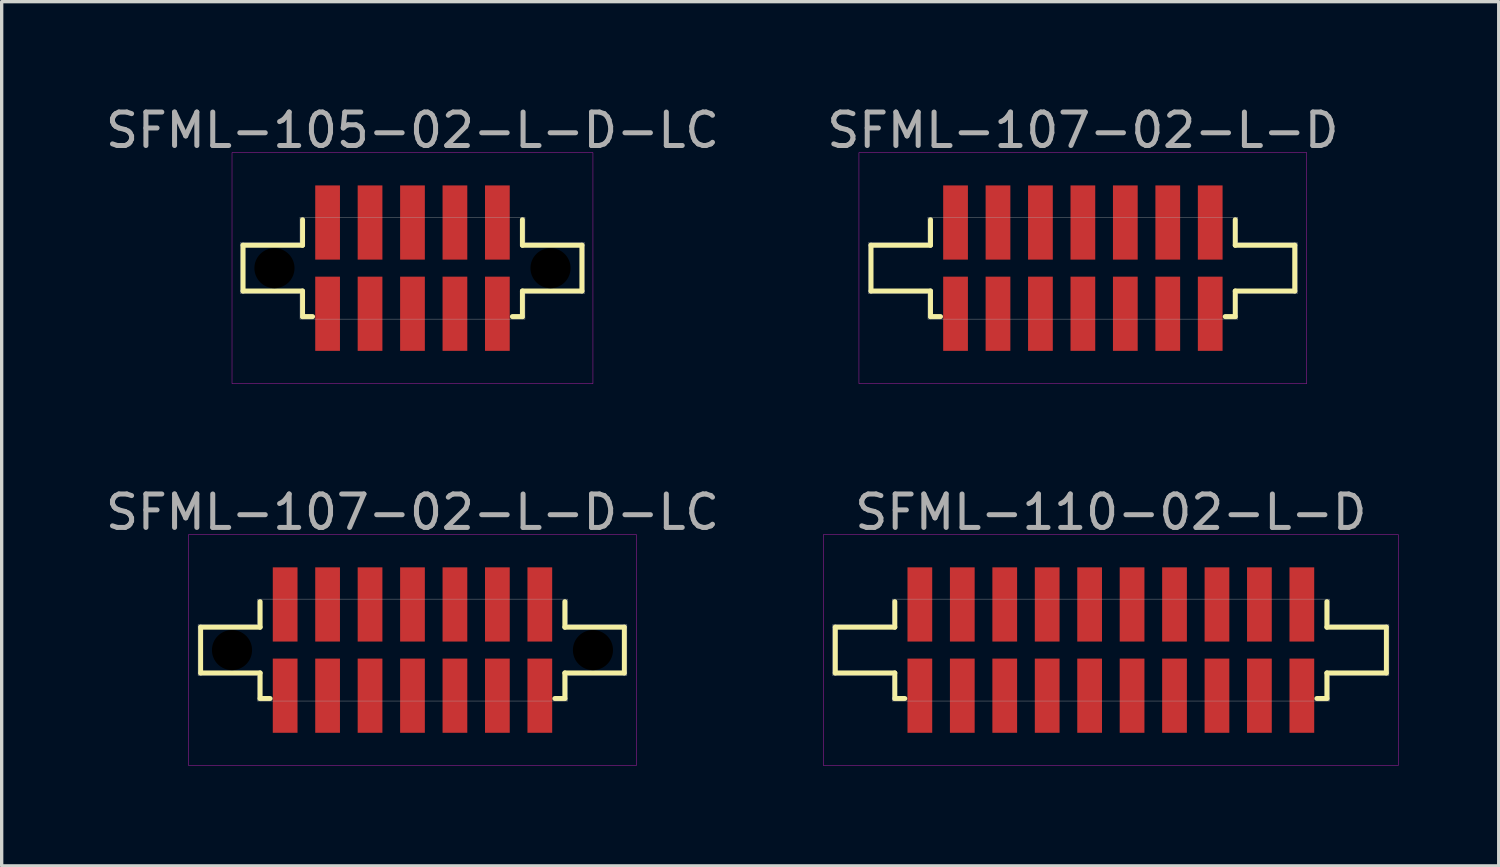
<source format=kicad_pcb>
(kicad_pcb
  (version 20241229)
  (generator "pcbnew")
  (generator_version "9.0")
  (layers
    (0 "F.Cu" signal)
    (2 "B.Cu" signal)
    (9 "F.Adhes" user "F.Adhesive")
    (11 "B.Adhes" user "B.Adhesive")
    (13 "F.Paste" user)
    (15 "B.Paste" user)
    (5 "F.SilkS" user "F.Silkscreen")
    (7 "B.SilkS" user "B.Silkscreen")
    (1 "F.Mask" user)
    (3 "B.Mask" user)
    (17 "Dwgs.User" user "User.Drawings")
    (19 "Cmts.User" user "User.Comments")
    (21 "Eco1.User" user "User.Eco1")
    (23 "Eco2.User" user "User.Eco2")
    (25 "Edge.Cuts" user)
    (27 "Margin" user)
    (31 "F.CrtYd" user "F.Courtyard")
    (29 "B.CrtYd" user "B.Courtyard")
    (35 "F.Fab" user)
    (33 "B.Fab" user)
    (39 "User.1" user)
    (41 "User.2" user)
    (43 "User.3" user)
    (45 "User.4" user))
  (footprint "SFML-107-02-L-D"
    (layer "F.Cu")
    (at 29.351 4.973)
    (property "Reference" "SFML-107-02-L-D" (at 0 -4.125 0) (layer "F.Fab") (effects (font (size 1 1) (thickness 0.15))))
    (attr through_hole)
    (fp_line (start -6.34 -0.685) (end -4.56 -0.685) (stroke (width 0.15) (type solid)) (layer "F.SilkS"))
    (fp_line (start -6.34 0.685) (end -6.34 -0.685) (stroke (width 0.15) (type solid)) (layer "F.SilkS"))
    (fp_line (start -4.56 -0.685) (end -4.56 -1.45) (stroke (width 0.15) (type solid)) (layer "F.SilkS"))
    (fp_line (start -4.56 0.685) (end -6.34 0.685) (stroke (width 0.15) (type solid)) (layer "F.SilkS"))
    (fp_line (start -4.56 1.45) (end -4.56 0.685) (stroke (width 0.15) (type solid)) (layer "F.SilkS"))
    (fp_line (start -4.26 1.45) (end -4.56 1.45) (stroke (width 0.15) (type solid)) (layer "F.SilkS"))
    (fp_line (start 4.56 -1.45) (end 4.56 -0.685) (stroke (width 0.15) (type solid)) (layer "F.SilkS"))
    (fp_line (start 4.56 -0.685) (end 6.34 -0.685) (stroke (width 0.15) (type solid)) (layer "F.SilkS"))
    (fp_line (start 4.56 0.685) (end 4.56 1.45) (stroke (width 0.15) (type solid)) (layer "F.SilkS"))
    (fp_line (start 4.56 1.45) (end 4.26 1.45) (stroke (width 0.15) (type solid)) (layer "F.SilkS"))
    (fp_line (start 6.34 -0.685) (end 6.34 0.685) (stroke (width 0.15) (type solid)) (layer "F.SilkS"))
    (fp_line (start 6.34 0.685) (end 4.56 0.685) (stroke (width 0.15) (type solid)) (layer "F.SilkS"))
    (fp_line (start -6.7 -3.45) (end 6.7 -3.45) (stroke (width 0.01) (type solid)) (layer "F.CrtYd"))
    (fp_line (start -6.7 3.45) (end -6.7 -3.45) (stroke (width 0.01) (type solid)) (layer "F.CrtYd"))
    (fp_line (start 6.7 -3.45) (end 6.7 3.45) (stroke (width 0.01) (type solid)) (layer "F.CrtYd"))
    (fp_line (start 6.7 3.45) (end -6.7 3.45) (stroke (width 0.01) (type solid)) (layer "F.CrtYd"))
    (fp_line (start -6.415 -0.76) (end -4.635 -0.76) (stroke (width 0.01) (type solid)) (layer "F.Fab"))
    (fp_line (start -6.415 0.76) (end -6.415 -0.76) (stroke (width 0.01) (type solid)) (layer "F.Fab"))
    (fp_line (start -4.635 -1.525) (end 4.635 -1.525) (stroke (width 0.01) (type solid)) (layer "F.Fab"))
    (fp_line (start -4.635 -0.76) (end -4.635 -1.525) (stroke (width 0.01) (type solid)) (layer "F.Fab"))
    (fp_line (start -4.635 0.76) (end -6.415 0.76) (stroke (width 0.01) (type solid)) (layer "F.Fab"))
    (fp_line (start -4.635 1.525) (end -4.635 0.76) (stroke (width 0.01) (type solid)) (layer "F.Fab"))
    (fp_line (start 4.635 -1.525) (end 4.635 -0.76) (stroke (width 0.01) (type solid)) (layer "F.Fab"))
    (fp_line (start 4.635 -0.76) (end 6.415 -0.76) (stroke (width 0.01) (type solid)) (layer "F.Fab"))
    (fp_line (start 4.635 0.76) (end 4.635 1.525) (stroke (width 0.01) (type solid)) (layer "F.Fab"))
    (fp_line (start 4.635 1.525) (end -4.635 1.525) (stroke (width 0.01) (type solid)) (layer "F.Fab"))
    (fp_line (start 6.415 -0.76) (end 6.415 0.76) (stroke (width 0.01) (type solid)) (layer "F.Fab"))
    (fp_line (start 6.415 0.76) (end 4.635 0.76) (stroke (width 0.01) (type solid)) (layer "F.Fab"))
    (pad "1" smd rect (at -3.81 -1.365) (size 0.74 2.22) (layers "F.Cu" "F.Mask" "F.Paste"))
    (pad "2" smd rect (at -3.81 1.365) (size 0.74 2.22) (layers "F.Cu" "F.Mask" "F.Paste"))
    (pad "3" smd rect (at -2.54 -1.365) (size 0.74 2.22) (layers "F.Cu" "F.Mask" "F.Paste"))
    (pad "4" smd rect (at -2.54 1.365) (size 0.74 2.22) (layers "F.Cu" "F.Mask" "F.Paste"))
    (pad "5" smd rect (at -1.27 -1.365) (size 0.74 2.22) (layers "F.Cu" "F.Mask" "F.Paste"))
    (pad "6" smd rect (at -1.27 1.365) (size 0.74 2.22) (layers "F.Cu" "F.Mask" "F.Paste"))
    (pad "7" smd rect (at 0 -1.365) (size 0.74 2.22) (layers "F.Cu" "F.Mask" "F.Paste"))
    (pad "8" smd rect (at 0 1.365) (size 0.74 2.22) (layers "F.Cu" "F.Mask" "F.Paste"))
    (pad "9" smd rect (at 1.27 -1.365) (size 0.74 2.22) (layers "F.Cu" "F.Mask" "F.Paste"))
    (pad "10" smd rect (at 1.27 1.365) (size 0.74 2.22) (layers "F.Cu" "F.Mask" "F.Paste"))
    (pad "11" smd rect (at 2.54 -1.365) (size 0.74 2.22) (layers "F.Cu" "F.Mask" "F.Paste"))
    (pad "12" smd rect (at 2.54 1.365) (size 0.74 2.22) (layers "F.Cu" "F.Mask" "F.Paste"))
    (pad "13" smd rect (at 3.81 -1.365) (size 0.74 2.22) (layers "F.Cu" "F.Mask" "F.Paste"))
    (pad "14" smd rect (at 3.81 1.365) (size 0.74 2.22) (layers "F.Cu" "F.Mask" "F.Paste")))
  (footprint "SFML-107-02-L-D-LC"
    (layer "F.Cu")
    (at 9.292 16.401)
    (property "Reference" "SFML-107-02-L-D-LC" (at 0 -4.125 0) (layer "F.Fab") (effects (font (size 1 1) (thickness 0.15))))
    (attr through_hole)
    (fp_line (start -6.34 -0.685) (end -4.56 -0.685) (stroke (width 0.15) (type solid)) (layer "F.SilkS"))
    (fp_line (start -6.34 0.685) (end -6.34 -0.685) (stroke (width 0.15) (type solid)) (layer "F.SilkS"))
    (fp_line (start -4.56 -0.685) (end -4.56 -1.45) (stroke (width 0.15) (type solid)) (layer "F.SilkS"))
    (fp_line (start -4.56 0.685) (end -6.34 0.685) (stroke (width 0.15) (type solid)) (layer "F.SilkS"))
    (fp_line (start -4.56 1.45) (end -4.56 0.685) (stroke (width 0.15) (type solid)) (layer "F.SilkS"))
    (fp_line (start -4.26 1.45) (end -4.56 1.45) (stroke (width 0.15) (type solid)) (layer "F.SilkS"))
    (fp_line (start 4.56 -1.45) (end 4.56 -0.685) (stroke (width 0.15) (type solid)) (layer "F.SilkS"))
    (fp_line (start 4.56 -0.685) (end 6.34 -0.685) (stroke (width 0.15) (type solid)) (layer "F.SilkS"))
    (fp_line (start 4.56 0.685) (end 4.56 1.45) (stroke (width 0.15) (type solid)) (layer "F.SilkS"))
    (fp_line (start 4.56 1.45) (end 4.26 1.45) (stroke (width 0.15) (type solid)) (layer "F.SilkS"))
    (fp_line (start 6.34 -0.685) (end 6.34 0.685) (stroke (width 0.15) (type solid)) (layer "F.SilkS"))
    (fp_line (start 6.34 0.685) (end 4.56 0.685) (stroke (width 0.15) (type solid)) (layer "F.SilkS"))
    (fp_line (start -6.7 -3.45) (end 6.7 -3.45) (stroke (width 0.01) (type solid)) (layer "F.CrtYd"))
    (fp_line (start -6.7 3.45) (end -6.7 -3.45) (stroke (width 0.01) (type solid)) (layer "F.CrtYd"))
    (fp_line (start 6.7 -3.45) (end 6.7 3.45) (stroke (width 0.01) (type solid)) (layer "F.CrtYd"))
    (fp_line (start 6.7 3.45) (end -6.7 3.45) (stroke (width 0.01) (type solid)) (layer "F.CrtYd"))
    (fp_line (start -6.415 -0.76) (end -4.635 -0.76) (stroke (width 0.01) (type solid)) (layer "F.Fab"))
    (fp_line (start -6.415 0.76) (end -6.415 -0.76) (stroke (width 0.01) (type solid)) (layer "F.Fab"))
    (fp_line (start -4.635 -1.525) (end 4.635 -1.525) (stroke (width 0.01) (type solid)) (layer "F.Fab"))
    (fp_line (start -4.635 -0.76) (end -4.635 -1.525) (stroke (width 0.01) (type solid)) (layer "F.Fab"))
    (fp_line (start -4.635 0.76) (end -6.415 0.76) (stroke (width 0.01) (type solid)) (layer "F.Fab"))
    (fp_line (start -4.635 1.525) (end -4.635 0.76) (stroke (width 0.01) (type solid)) (layer "F.Fab"))
    (fp_line (start 4.635 -1.525) (end 4.635 -0.76) (stroke (width 0.01) (type solid)) (layer "F.Fab"))
    (fp_line (start 4.635 -0.76) (end 6.415 -0.76) (stroke (width 0.01) (type solid)) (layer "F.Fab"))
    (fp_line (start 4.635 0.76) (end 4.635 1.525) (stroke (width 0.01) (type solid)) (layer "F.Fab"))
    (fp_line (start 4.635 1.525) (end -4.635 1.525) (stroke (width 0.01) (type solid)) (layer "F.Fab"))
    (fp_line (start 6.415 -0.76) (end 6.415 0.76) (stroke (width 0.01) (type solid)) (layer "F.Fab"))
    (fp_line (start 6.415 0.76) (end 4.635 0.76) (stroke (width 0.01) (type solid)) (layer "F.Fab"))
    (pad "" np_thru_hole circle (at -5.4 0) (size 1.2 1.2) (drill 1.2) (layers "*.Mask"))
    (pad "" np_thru_hole circle (at 5.4 0) (size 1.2 1.2) (drill 1.2) (layers "*.Mask"))
    (pad "1" smd rect (at -3.81 -1.365) (size 0.74 2.22) (layers "F.Cu" "F.Mask" "F.Paste"))
    (pad "2" smd rect (at -3.81 1.365) (size 0.74 2.22) (layers "F.Cu" "F.Mask" "F.Paste"))
    (pad "3" smd rect (at -2.54 -1.365) (size 0.74 2.22) (layers "F.Cu" "F.Mask" "F.Paste"))
    (pad "4" smd rect (at -2.54 1.365) (size 0.74 2.22) (layers "F.Cu" "F.Mask" "F.Paste"))
    (pad "5" smd rect (at -1.27 -1.365) (size 0.74 2.22) (layers "F.Cu" "F.Mask" "F.Paste"))
    (pad "6" smd rect (at -1.27 1.365) (size 0.74 2.22) (layers "F.Cu" "F.Mask" "F.Paste"))
    (pad "7" smd rect (at 0 -1.365) (size 0.74 2.22) (layers "F.Cu" "F.Mask" "F.Paste"))
    (pad "8" smd rect (at 0 1.365) (size 0.74 2.22) (layers "F.Cu" "F.Mask" "F.Paste"))
    (pad "9" smd rect (at 1.27 -1.365) (size 0.74 2.22) (layers "F.Cu" "F.Mask" "F.Paste"))
    (pad "10" smd rect (at 1.27 1.365) (size 0.74 2.22) (layers "F.Cu" "F.Mask" "F.Paste"))
    (pad "11" smd rect (at 2.54 -1.365) (size 0.74 2.22) (layers "F.Cu" "F.Mask" "F.Paste"))
    (pad "12" smd rect (at 2.54 1.365) (size 0.74 2.22) (layers "F.Cu" "F.Mask" "F.Paste"))
    (pad "13" smd rect (at 3.81 -1.365) (size 0.74 2.22) (layers "F.Cu" "F.Mask" "F.Paste"))
    (pad "14" smd rect (at 3.81 1.365) (size 0.74 2.22) (layers "F.Cu" "F.Mask" "F.Paste")))
  (footprint "SFML-105-02-L-D-LC"
    (layer "F.Cu")
    (at 9.292 4.973)
    (property "Reference" "SFML-105-02-L-D-LC" (at 0 -4.125 0) (layer "F.Fab") (effects (font (size 1 1) (thickness 0.15))))
    (attr through_hole)
    (fp_line (start -5.07 -0.685) (end -3.29 -0.685) (stroke (width 0.15) (type solid)) (layer "F.SilkS"))
    (fp_line (start -5.07 0.685) (end -5.07 -0.685) (stroke (width 0.15) (type solid)) (layer "F.SilkS"))
    (fp_line (start -3.29 -0.685) (end -3.29 -1.45) (stroke (width 0.15) (type solid)) (layer "F.SilkS"))
    (fp_line (start -3.29 0.685) (end -5.07 0.685) (stroke (width 0.15) (type solid)) (layer "F.SilkS"))
    (fp_line (start -3.29 1.45) (end -3.29 0.685) (stroke (width 0.15) (type solid)) (layer "F.SilkS"))
    (fp_line (start -2.99 1.45) (end -3.29 1.45) (stroke (width 0.15) (type solid)) (layer "F.SilkS"))
    (fp_line (start 3.29 -1.45) (end 3.29 -0.685) (stroke (width 0.15) (type solid)) (layer "F.SilkS"))
    (fp_line (start 3.29 -0.685) (end 5.07 -0.685) (stroke (width 0.15) (type solid)) (layer "F.SilkS"))
    (fp_line (start 3.29 0.685) (end 3.29 1.45) (stroke (width 0.15) (type solid)) (layer "F.SilkS"))
    (fp_line (start 3.29 1.45) (end 2.99 1.45) (stroke (width 0.15) (type solid)) (layer "F.SilkS"))
    (fp_line (start 5.07 -0.685) (end 5.07 0.685) (stroke (width 0.15) (type solid)) (layer "F.SilkS"))
    (fp_line (start 5.07 0.685) (end 3.29 0.685) (stroke (width 0.15) (type solid)) (layer "F.SilkS"))
    (fp_line (start -5.4 -3.45) (end 5.4 -3.45) (stroke (width 0.01) (type solid)) (layer "F.CrtYd"))
    (fp_line (start -5.4 3.45) (end -5.4 -3.45) (stroke (width 0.01) (type solid)) (layer "F.CrtYd"))
    (fp_line (start 5.4 -3.45) (end 5.4 3.45) (stroke (width 0.01) (type solid)) (layer "F.CrtYd"))
    (fp_line (start 5.4 3.45) (end -5.4 3.45) (stroke (width 0.01) (type solid)) (layer "F.CrtYd"))
    (fp_line (start -5.145 -0.76) (end -3.365 -0.76) (stroke (width 0.01) (type solid)) (layer "F.Fab"))
    (fp_line (start -5.145 0.76) (end -5.145 -0.76) (stroke (width 0.01) (type solid)) (layer "F.Fab"))
    (fp_line (start -3.365 -1.525) (end 3.365 -1.525) (stroke (width 0.01) (type solid)) (layer "F.Fab"))
    (fp_line (start -3.365 -0.76) (end -3.365 -1.525) (stroke (width 0.01) (type solid)) (layer "F.Fab"))
    (fp_line (start -3.365 0.76) (end -5.145 0.76) (stroke (width 0.01) (type solid)) (layer "F.Fab"))
    (fp_line (start -3.365 1.525) (end -3.365 0.76) (stroke (width 0.01) (type solid)) (layer "F.Fab"))
    (fp_line (start 3.365 -1.525) (end 3.365 -0.76) (stroke (width 0.01) (type solid)) (layer "F.Fab"))
    (fp_line (start 3.365 -0.76) (end 5.145 -0.76) (stroke (width 0.01) (type solid)) (layer "F.Fab"))
    (fp_line (start 3.365 0.76) (end 3.365 1.525) (stroke (width 0.01) (type solid)) (layer "F.Fab"))
    (fp_line (start 3.365 1.525) (end -3.365 1.525) (stroke (width 0.01) (type solid)) (layer "F.Fab"))
    (fp_line (start 5.145 -0.76) (end 5.145 0.76) (stroke (width 0.01) (type solid)) (layer "F.Fab"))
    (fp_line (start 5.145 0.76) (end 3.365 0.76) (stroke (width 0.01) (type solid)) (layer "F.Fab"))
    (pad "" np_thru_hole circle (at -4.13 0) (size 1.2 1.2) (drill 1.2) (layers "*.Mask"))
    (pad "" np_thru_hole circle (at 4.13 0) (size 1.2 1.2) (drill 1.2) (layers "*.Mask"))
    (pad "1" smd rect (at -2.54 -1.365) (size 0.74 2.22) (layers "F.Cu" "F.Mask" "F.Paste"))
    (pad "2" smd rect (at -2.54 1.365) (size 0.74 2.22) (layers "F.Cu" "F.Mask" "F.Paste"))
    (pad "3" smd rect (at -1.27 -1.365) (size 0.74 2.22) (layers "F.Cu" "F.Mask" "F.Paste"))
    (pad "4" smd rect (at -1.27 1.365) (size 0.74 2.22) (layers "F.Cu" "F.Mask" "F.Paste"))
    (pad "5" smd rect (at 0 -1.365) (size 0.74 2.22) (layers "F.Cu" "F.Mask" "F.Paste"))
    (pad "6" smd rect (at 0 1.365) (size 0.74 2.22) (layers "F.Cu" "F.Mask" "F.Paste"))
    (pad "7" smd rect (at 1.27 -1.365) (size 0.74 2.22) (layers "F.Cu" "F.Mask" "F.Paste"))
    (pad "8" smd rect (at 1.27 1.365) (size 0.74 2.22) (layers "F.Cu" "F.Mask" "F.Paste"))
    (pad "9" smd rect (at 2.54 -1.365) (size 0.74 2.22) (layers "F.Cu" "F.Mask" "F.Paste"))
    (pad "10" smd rect (at 2.54 1.365) (size 0.74 2.22) (layers "F.Cu" "F.Mask" "F.Paste")))
  (footprint "SFML-110-02-L-D"
    (layer "F.Cu")
    (at 30.188 16.401)
    (property "Reference" "SFML-110-02-L-D" (at 0 -4.125 0) (layer "F.Fab") (effects (font (size 1 1) (thickness 0.15))))
    (attr through_hole)
    (fp_line (start -8.245 -0.685) (end -6.465 -0.685) (stroke (width 0.15) (type solid)) (layer "F.SilkS"))
    (fp_line (start -8.245 0.685) (end -8.245 -0.685) (stroke (width 0.15) (type solid)) (layer "F.SilkS"))
    (fp_line (start -6.465 -0.685) (end -6.465 -1.45) (stroke (width 0.15) (type solid)) (layer "F.SilkS"))
    (fp_line (start -6.465 0.685) (end -8.245 0.685) (stroke (width 0.15) (type solid)) (layer "F.SilkS"))
    (fp_line (start -6.465 1.45) (end -6.465 0.685) (stroke (width 0.15) (type solid)) (layer "F.SilkS"))
    (fp_line (start -6.165 1.45) (end -6.465 1.45) (stroke (width 0.15) (type solid)) (layer "F.SilkS"))
    (fp_line (start 6.465 -1.45) (end 6.465 -0.685) (stroke (width 0.15) (type solid)) (layer "F.SilkS"))
    (fp_line (start 6.465 -0.685) (end 8.245 -0.685) (stroke (width 0.15) (type solid)) (layer "F.SilkS"))
    (fp_line (start 6.465 0.685) (end 6.465 1.45) (stroke (width 0.15) (type solid)) (layer "F.SilkS"))
    (fp_line (start 6.465 1.45) (end 6.165 1.45) (stroke (width 0.15) (type solid)) (layer "F.SilkS"))
    (fp_line (start 8.245 -0.685) (end 8.245 0.685) (stroke (width 0.15) (type solid)) (layer "F.SilkS"))
    (fp_line (start 8.245 0.685) (end 6.465 0.685) (stroke (width 0.15) (type solid)) (layer "F.SilkS"))
    (fp_line (start -8.6 -3.45) (end 8.6 -3.45) (stroke (width 0.01) (type solid)) (layer "F.CrtYd"))
    (fp_line (start -8.6 3.45) (end -8.6 -3.45) (stroke (width 0.01) (type solid)) (layer "F.CrtYd"))
    (fp_line (start 8.6 -3.45) (end 8.6 3.45) (stroke (width 0.01) (type solid)) (layer "F.CrtYd"))
    (fp_line (start 8.6 3.45) (end -8.6 3.45) (stroke (width 0.01) (type solid)) (layer "F.CrtYd"))
    (fp_line (start -8.32 -0.76) (end -6.54 -0.76) (stroke (width 0.01) (type solid)) (layer "F.Fab"))
    (fp_line (start -8.32 0.76) (end -8.32 -0.76) (stroke (width 0.01) (type solid)) (layer "F.Fab"))
    (fp_line (start -6.54 -1.525) (end 6.54 -1.525) (stroke (width 0.01) (type solid)) (layer "F.Fab"))
    (fp_line (start -6.54 -0.76) (end -6.54 -1.525) (stroke (width 0.01) (type solid)) (layer "F.Fab"))
    (fp_line (start -6.54 0.76) (end -8.32 0.76) (stroke (width 0.01) (type solid)) (layer "F.Fab"))
    (fp_line (start -6.54 1.525) (end -6.54 0.76) (stroke (width 0.01) (type solid)) (layer "F.Fab"))
    (fp_line (start 6.54 -1.525) (end 6.54 -0.76) (stroke (width 0.01) (type solid)) (layer "F.Fab"))
    (fp_line (start 6.54 -0.76) (end 8.32 -0.76) (stroke (width 0.01) (type solid)) (layer "F.Fab"))
    (fp_line (start 6.54 0.76) (end 6.54 1.525) (stroke (width 0.01) (type solid)) (layer "F.Fab"))
    (fp_line (start 6.54 1.525) (end -6.54 1.525) (stroke (width 0.01) (type solid)) (layer "F.Fab"))
    (fp_line (start 8.32 -0.76) (end 8.32 0.76) (stroke (width 0.01) (type solid)) (layer "F.Fab"))
    (fp_line (start 8.32 0.76) (end 6.54 0.76) (stroke (width 0.01) (type solid)) (layer "F.Fab"))
    (pad "1" smd rect (at -5.715 -1.365) (size 0.74 2.22) (layers "F.Cu" "F.Mask" "F.Paste"))
    (pad "2" smd rect (at -5.715 1.365) (size 0.74 2.22) (layers "F.Cu" "F.Mask" "F.Paste"))
    (pad "3" smd rect (at -4.445 -1.365) (size 0.74 2.22) (layers "F.Cu" "F.Mask" "F.Paste"))
    (pad "4" smd rect (at -4.445 1.365) (size 0.74 2.22) (layers "F.Cu" "F.Mask" "F.Paste"))
    (pad "5" smd rect (at -3.175 -1.365) (size 0.74 2.22) (layers "F.Cu" "F.Mask" "F.Paste"))
    (pad "6" smd rect (at -3.175 1.365) (size 0.74 2.22) (layers "F.Cu" "F.Mask" "F.Paste"))
    (pad "7" smd rect (at -1.905 -1.365) (size 0.74 2.22) (layers "F.Cu" "F.Mask" "F.Paste"))
    (pad "8" smd rect (at -1.905 1.365) (size 0.74 2.22) (layers "F.Cu" "F.Mask" "F.Paste"))
    (pad "9" smd rect (at -0.635 -1.365) (size 0.74 2.22) (layers "F.Cu" "F.Mask" "F.Paste"))
    (pad "10" smd rect (at -0.635 1.365) (size 0.74 2.22) (layers "F.Cu" "F.Mask" "F.Paste"))
    (pad "11" smd rect (at 0.635 -1.365) (size 0.74 2.22) (layers "F.Cu" "F.Mask" "F.Paste"))
    (pad "12" smd rect (at 0.635 1.365) (size 0.74 2.22) (layers "F.Cu" "F.Mask" "F.Paste"))
    (pad "13" smd rect (at 1.905 -1.365) (size 0.74 2.22) (layers "F.Cu" "F.Mask" "F.Paste"))
    (pad "14" smd rect (at 1.905 1.365) (size 0.74 2.22) (layers "F.Cu" "F.Mask" "F.Paste"))
    (pad "15" smd rect (at 3.175 -1.365) (size 0.74 2.22) (layers "F.Cu" "F.Mask" "F.Paste"))
    (pad "16" smd rect (at 3.175 1.365) (size 0.74 2.22) (layers "F.Cu" "F.Mask" "F.Paste"))
    (pad "17" smd rect (at 4.445 -1.365) (size 0.74 2.22) (layers "F.Cu" "F.Mask" "F.Paste"))
    (pad "18" smd rect (at 4.445 1.365) (size 0.74 2.22) (layers "F.Cu" "F.Mask" "F.Paste"))
    (pad "19" smd rect (at 5.715 -1.365) (size 0.74 2.22) (layers "F.Cu" "F.Mask" "F.Paste"))
    (pad "20" smd rect (at 5.715 1.365) (size 0.74 2.22) (layers "F.Cu" "F.Mask" "F.Paste")))
  (gr_rect
    (start -3 -3)
    (end 41.793 22.857)
    (stroke (width 0.1) (type default))
    (fill no)
    (layer "Edge.Cuts")))
</source>
